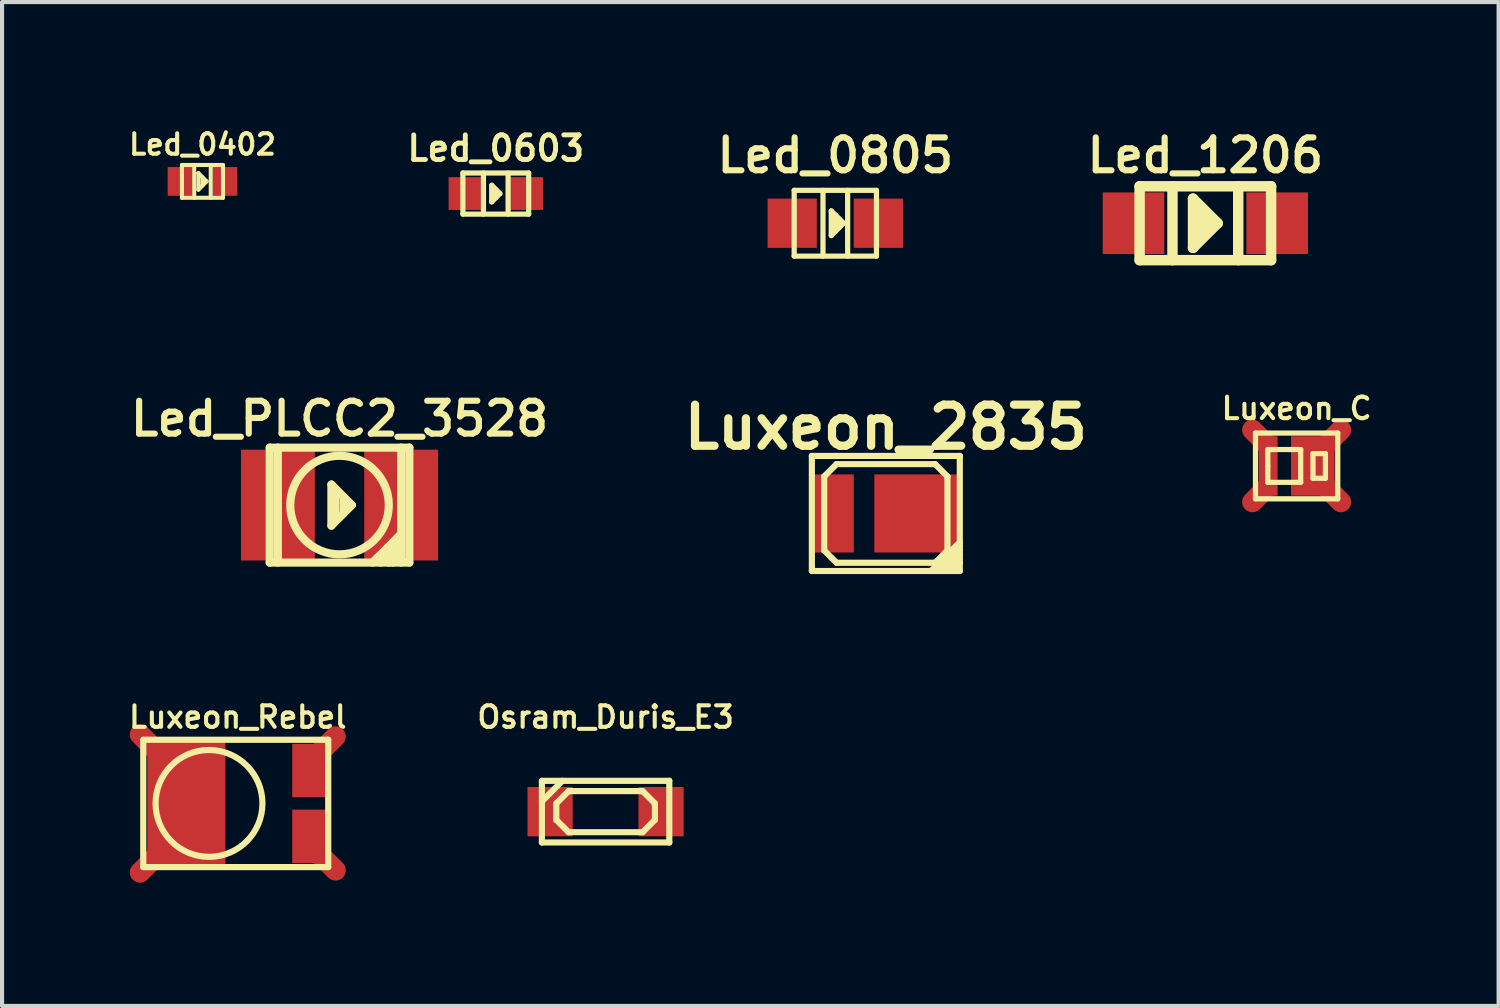
<source format=kicad_pcb>
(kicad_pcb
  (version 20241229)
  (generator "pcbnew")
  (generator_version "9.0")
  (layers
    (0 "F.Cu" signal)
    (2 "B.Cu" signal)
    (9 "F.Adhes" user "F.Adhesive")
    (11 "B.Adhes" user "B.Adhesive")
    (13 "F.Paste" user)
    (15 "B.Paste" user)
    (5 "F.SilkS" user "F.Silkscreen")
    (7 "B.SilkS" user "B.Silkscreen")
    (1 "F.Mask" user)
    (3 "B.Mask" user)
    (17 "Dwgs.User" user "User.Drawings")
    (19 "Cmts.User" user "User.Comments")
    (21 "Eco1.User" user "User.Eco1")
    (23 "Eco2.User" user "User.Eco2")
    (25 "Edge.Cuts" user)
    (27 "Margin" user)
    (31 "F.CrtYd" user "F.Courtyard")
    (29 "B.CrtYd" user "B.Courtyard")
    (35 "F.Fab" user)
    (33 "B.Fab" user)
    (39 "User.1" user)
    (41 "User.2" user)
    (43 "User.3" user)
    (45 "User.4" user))
  (footprint "Led_1206"
    (layer "F.Cu")
    (at 26.28 2.382)
    (property "Reference" "Led_1206" (at 0 -1.651 0) (layer "F.SilkS") (effects (font (size 0.8 0.8) (thickness 0.15))))
    (attr smd)
    (fp_line (start -1.6 -0.899) (end 1.6 -0.899) (stroke (width 0.254) (type solid)) (layer "F.SilkS"))
    (fp_line (start -1.6 0.899) (end -1.6 -0.899) (stroke (width 0.254) (type solid)) (layer "F.SilkS"))
    (fp_line (start -0.8 -0.899) (end -0.8 0.899) (stroke (width 0.254) (type solid)) (layer "F.SilkS"))
    (fp_line (start -0.3 -0.599) (end -0.3 0.599) (stroke (width 0.254) (type solid)) (layer "F.SilkS"))
    (fp_line (start -0.3 0.599) (end 0.3 0) (stroke (width 0.254) (type solid)) (layer "F.SilkS"))
    (fp_line (start -0.099 0.3) (end -0.099 -0.3) (stroke (width 0.254) (type solid)) (layer "F.SilkS"))
    (fp_line (start 0 -0.201) (end 0 0.099) (stroke (width 0.254) (type solid)) (layer "F.SilkS"))
    (fp_line (start 0.3 0) (end -0.3 -0.599) (stroke (width 0.254) (type solid)) (layer "F.SilkS"))
    (fp_line (start 0.8 0.899) (end 0.8 -0.899) (stroke (width 0.254) (type solid)) (layer "F.SilkS"))
    (fp_line (start 1.6 -0.899) (end 1.6 0.899) (stroke (width 0.254) (type solid)) (layer "F.SilkS"))
    (fp_line (start 1.6 0.899) (end -1.6 0.899) (stroke (width 0.254) (type solid)) (layer "F.SilkS"))
    (pad "1" smd rect (at -1.748 0) (size 1.499 1.499) (layers "F.Cu" "F.Mask" "F.Paste"))
    (pad "2" smd rect (at 1.748 0) (size 1.499 1.499) (layers "F.Cu" "F.Mask" "F.Paste")))
  (footprint "Led_0603"
    (layer "F.Cu")
    (at 9.014 1.66)
    (property "Reference" "Led_0603" (at 0 -1.1 0) (layer "F.SilkS") (effects (font (size 0.599 0.599) (thickness 0.119))))
    (attr smd)
    (fp_line (start -0.8 -0.5) (end 0.8 -0.5) (stroke (width 0.127) (type solid)) (layer "F.SilkS"))
    (fp_line (start -0.8 0.5) (end -0.8 -0.5) (stroke (width 0.127) (type solid)) (layer "F.SilkS"))
    (fp_line (start -0.3 -0.5) (end -0.3 0.5) (stroke (width 0.127) (type solid)) (layer "F.SilkS"))
    (fp_line (start -0.099 -0.201) (end -0.099 0.201) (stroke (width 0.127) (type solid)) (layer "F.SilkS"))
    (fp_line (start -0.099 0.201) (end 0.099 0) (stroke (width 0.127) (type solid)) (layer "F.SilkS"))
    (fp_line (start 0 0.099) (end 0 -0.099) (stroke (width 0.127) (type solid)) (layer "F.SilkS"))
    (fp_line (start 0.099 0) (end -0.099 -0.201) (stroke (width 0.127) (type solid)) (layer "F.SilkS"))
    (fp_line (start 0.3 0.5) (end 0.3 -0.5) (stroke (width 0.127) (type solid)) (layer "F.SilkS"))
    (fp_line (start 0.8 -0.5) (end 0.8 0.5) (stroke (width 0.127) (type solid)) (layer "F.SilkS"))
    (fp_line (start 0.8 0.5) (end -0.8 0.5) (stroke (width 0.127) (type solid)) (layer "F.SilkS"))
    (pad "1" smd rect (at -0.749 0) (size 0.798 0.798) (layers "F.Cu" "F.Mask" "F.Paste"))
    (pad "2" smd rect (at 0.749 0) (size 0.798 0.798) (layers "F.Cu" "F.Mask" "F.Paste")))
  (footprint "Luxeon_C"
    (layer "F.Cu")
    (at 28.501 8.288)
    (property "Reference" "Luxeon_C" (at 0 -1.4 0) (layer "F.SilkS") (effects (font (size 0.523 0.523) (thickness 0.099))))
    (attr smd)
    (fp_line (start -1.001 -0.8) (end 1.001 -0.8) (stroke (width 0.127) (type solid)) (layer "F.SilkS"))
    (fp_line (start -1.001 0.8) (end -1.001 -0.8) (stroke (width 0.127) (type solid)) (layer "F.SilkS"))
    (fp_line (start -0.701 -0.399) (end 0.099 -0.399) (stroke (width 0.127) (type solid)) (layer "F.SilkS"))
    (fp_line (start -0.701 0) (end -0.701 -0.399) (stroke (width 0.127) (type solid)) (layer "F.SilkS"))
    (fp_line (start -0.701 0.399) (end -0.701 0) (stroke (width 0.127) (type solid)) (layer "F.SilkS"))
    (fp_line (start 0.099 -0.399) (end 0.099 0.399) (stroke (width 0.127) (type solid)) (layer "F.SilkS"))
    (fp_line (start 0.099 0.399) (end -0.701 0.399) (stroke (width 0.127) (type solid)) (layer "F.SilkS"))
    (fp_line (start 0.399 -0.3) (end 0.701 -0.3) (stroke (width 0.127) (type solid)) (layer "F.SilkS"))
    (fp_line (start 0.399 0.3) (end 0.399 -0.3) (stroke (width 0.127) (type solid)) (layer "F.SilkS"))
    (fp_line (start 0.701 -0.3) (end 0.701 0.3) (stroke (width 0.127) (type solid)) (layer "F.SilkS"))
    (fp_line (start 0.701 0.3) (end 0.399 0.3) (stroke (width 0.127) (type solid)) (layer "F.SilkS"))
    (fp_line (start 1.001 -0.8) (end 1.001 0.8) (stroke (width 0.127) (type solid)) (layer "F.SilkS"))
    (fp_line (start 1.001 0.8) (end -1.001 0.8) (stroke (width 0.127) (type solid)) (layer "F.SilkS"))
    (pad "1" smd rect (at 0.394 0) (size 1.059 1.448) (layers "F.Cu" "F.Mask" "F.Paste"))
    (pad "1" smd oval (at 0.899 -0.699 315) (size 0.5 1.001) (layers "F.Cu" "F.Mask"))
    (pad "1" smd oval (at 0.899 0.699 45) (size 0.5 1.001) (layers "F.Cu" "F.Mask"))
    (pad "2" smd oval (at -0.899 -0.699 45) (size 0.5 1.001) (layers "F.Cu" "F.Mask"))
    (pad "2" smd oval (at -0.899 0.699 315) (size 0.5 1.001) (layers "F.Cu" "F.Mask"))
    (pad "2" smd rect (at -0.693 0) (size 0.457 1.448) (layers "F.Cu" "F.Mask" "F.Paste")))
  (footprint "Led_0402"
    (layer "F.Cu")
    (at 1.877 1.364)
    (property "Reference" "Led_0402" (at 0 -0.899 0) (layer "F.SilkS") (effects (font (size 0.498 0.498) (thickness 0.099))))
    (attr smd)
    (fp_line (start -0.5 -0.399) (end 0.5 -0.399) (stroke (width 0.099) (type solid)) (layer "F.SilkS"))
    (fp_line (start -0.5 0.399) (end -0.5 -0.399) (stroke (width 0.099) (type solid)) (layer "F.SilkS"))
    (fp_line (start -0.201 0.399) (end -0.201 -0.399) (stroke (width 0.099) (type solid)) (layer "F.SilkS"))
    (fp_line (start -0.099 -0.201) (end -0.099 0.201) (stroke (width 0.099) (type solid)) (layer "F.SilkS"))
    (fp_line (start -0.099 0.201) (end 0.099 0) (stroke (width 0.099) (type solid)) (layer "F.SilkS"))
    (fp_line (start 0 0.099) (end 0 -0.099) (stroke (width 0.099) (type solid)) (layer "F.SilkS"))
    (fp_line (start 0.099 0) (end -0.099 -0.201) (stroke (width 0.099) (type solid)) (layer "F.SilkS"))
    (fp_line (start 0.201 -0.399) (end 0.201 0.399) (stroke (width 0.099) (type solid)) (layer "F.SilkS"))
    (fp_line (start 0.5 -0.399) (end 0.5 0.399) (stroke (width 0.099) (type solid)) (layer "F.SilkS"))
    (fp_line (start 0.5 0.399) (end -0.5 0.399) (stroke (width 0.099) (type solid)) (layer "F.SilkS"))
    (pad "1" smd rect (at -0.549 0) (size 0.597 0.699) (layers "F.Cu" "F.Mask" "F.Paste"))
    (pad "2" smd rect (at 0.549 0) (size 0.597 0.699) (layers "F.Cu" "F.Mask" "F.Paste")))
  (footprint "Led_0805"
    (layer "F.Cu")
    (at 17.276 2.382)
    (property "Reference" "Led_0805" (at 0 -1.651 0) (layer "F.SilkS") (effects (font (size 0.8 0.8) (thickness 0.15))))
    (attr smd)
    (fp_line (start -1.001 -0.8) (end 1.001 -0.8) (stroke (width 0.127) (type solid)) (layer "F.SilkS"))
    (fp_line (start -1.001 0.8) (end -1.001 -0.8) (stroke (width 0.127) (type solid)) (layer "F.SilkS"))
    (fp_line (start -0.3 -0.8) (end -0.3 0.8) (stroke (width 0.127) (type solid)) (layer "F.SilkS"))
    (fp_line (start -0.099 -0.3) (end -0.099 0.3) (stroke (width 0.127) (type solid)) (layer "F.SilkS"))
    (fp_line (start -0.099 0.3) (end 0.201 0) (stroke (width 0.127) (type solid)) (layer "F.SilkS"))
    (fp_line (start 0 -0.201) (end 0 0.201) (stroke (width 0.127) (type solid)) (layer "F.SilkS"))
    (fp_line (start 0.099 0.099) (end 0.099 -0.099) (stroke (width 0.127) (type solid)) (layer "F.SilkS"))
    (fp_line (start 0.201 0) (end -0.099 -0.3) (stroke (width 0.127) (type solid)) (layer "F.SilkS"))
    (fp_line (start 0.3 0.8) (end 0.3 -0.8) (stroke (width 0.127) (type solid)) (layer "F.SilkS"))
    (fp_line (start 1.001 -0.8) (end 1.001 0.8) (stroke (width 0.127) (type solid)) (layer "F.SilkS"))
    (fp_line (start 1.001 0.8) (end -1.001 0.8) (stroke (width 0.127) (type solid)) (layer "F.SilkS"))
    (pad "1" smd rect (at -1.049 0) (size 1.199 1.199) (layers "F.Cu" "F.Mask" "F.Paste"))
    (pad "2" smd rect (at 1.049 0) (size 1.199 1.199) (layers "F.Cu" "F.Mask" "F.Paste")))
  (footprint "Luxeon_Rebel"
    (layer "F.Cu")
    (at 2.036 16.5)
    (property "Reference" "Luxeon_Rebel" (at 0.701 -2.101 0) (layer "F.SilkS") (effects (font (size 0.523 0.523) (thickness 0.099))))
    (attr smd)
    (fp_line (start -1.6 -1.549) (end -1.6 1.549) (stroke (width 0.15) (type solid)) (layer "F.SilkS"))
    (fp_line (start -1.6 1.549) (end 2.901 1.549) (stroke (width 0.15) (type solid)) (layer "F.SilkS"))
    (fp_line (start 2.901 -1.549) (end -1.6 -1.549) (stroke (width 0.15) (type solid)) (layer "F.SilkS"))
    (fp_line (start 2.901 1.549) (end 2.901 -1.549) (stroke (width 0.15) (type solid)) (layer "F.SilkS"))
    (fp_circle (center 0 0) (end 0 -1.3) (stroke (width 0.15) (type solid)) (fill no) (layer "F.SilkS"))
    (pad "1" smd rect (at 2.474 -0.8) (size 0.899 1.3) (layers "F.Cu" "F.Mask" "F.Paste"))
    (pad "1" smd oval (at 2.901 -1.45 315) (size 0.5 1.001) (layers "F.Cu" "F.Mask"))
    (pad "2" smd rect (at 2.474 0.8) (size 0.899 1.3) (layers "F.Cu" "F.Mask" "F.Paste"))
    (pad "2" smd oval (at 2.901 1.45 45) (size 0.5 1.001) (layers "F.Cu" "F.Mask"))
    (pad "3" smd oval (at -1.501 -1.501 45) (size 0.5 1.001) (layers "F.Cu" "F.Mask"))
    (pad "3" smd oval (at -1.501 1.501 315) (size 0.5 1.001) (layers "F.Cu" "F.Mask"))
    (pad "3" smd rect (at -0.551 0) (size 1.9 3) (layers "F.Cu" "F.Mask" "F.Paste")))
  (footprint "Osram_Duris_E3"
    (layer "F.Cu")
    (at 11.686 16.7)
    (property "Reference" "Osram_Duris_E3" (at 0 -2.301 0) (layer "F.SilkS") (effects (font (size 0.523 0.523) (thickness 0.099))))
    (attr smd)
    (fp_line (start -1.55 -0.75) (end -1.55 0.75) (stroke (width 0.15) (type solid)) (layer "F.SilkS"))
    (fp_line (start -1.55 -0.25) (end -1.05 -0.75) (stroke (width 0.15) (type solid)) (layer "F.SilkS"))
    (fp_line (start -1.55 0.75) (end 1.55 0.75) (stroke (width 0.15) (type solid)) (layer "F.SilkS"))
    (fp_line (start -1.2 -0.2) (end -0.9 -0.5) (stroke (width 0.15) (type solid)) (layer "F.SilkS"))
    (fp_line (start -1.2 0.2) (end -1.2 -0.2) (stroke (width 0.15) (type solid)) (layer "F.SilkS"))
    (fp_line (start -0.9 -0.5) (end 0.9 -0.5) (stroke (width 0.15) (type solid)) (layer "F.SilkS"))
    (fp_line (start -0.9 0.5) (end -1.2 0.2) (stroke (width 0.15) (type solid)) (layer "F.SilkS"))
    (fp_line (start 0.9 -0.5) (end 1.2 -0.2) (stroke (width 0.15) (type solid)) (layer "F.SilkS"))
    (fp_line (start 0.9 0.5) (end -0.9 0.5) (stroke (width 0.15) (type solid)) (layer "F.SilkS"))
    (fp_line (start 1.2 -0.2) (end 1.2 0.2) (stroke (width 0.15) (type solid)) (layer "F.SilkS"))
    (fp_line (start 1.2 0.2) (end 0.9 0.5) (stroke (width 0.15) (type solid)) (layer "F.SilkS"))
    (fp_line (start 1.55 -0.75) (end -1.55 -0.75) (stroke (width 0.15) (type solid)) (layer "F.SilkS"))
    (fp_line (start 1.55 0.75) (end 1.55 -0.75) (stroke (width 0.15) (type solid)) (layer "F.SilkS"))
    (pad "1" smd rect (at 1.35 0) (size 1.1 1.2) (layers "F.Cu" "F.Mask" "F.Paste"))
    (pad "2" smd rect (at -1.35 0) (size 1.1 1.2) (layers "F.Cu" "F.Mask" "F.Paste")))
  (footprint "Luxeon_2835"
    (layer "F.Cu")
    (at 18.505 9.444)
    (property "Reference" "Luxeon_2835" (at 0 -2.1 0) (layer "F.SilkS") (effects (font (size 1 1) (thickness 0.2))))
    (attr smd)
    (fp_line (start -1.8 -1.4) (end 1.8 -1.4) (stroke (width 0.15) (type solid)) (layer "F.SilkS"))
    (fp_line (start -1.8 1.4) (end -1.8 -1.4) (stroke (width 0.15) (type solid)) (layer "F.SilkS"))
    (fp_line (start -1.5 -0.9) (end -1.2 -1.2) (stroke (width 0.15) (type solid)) (layer "F.SilkS"))
    (fp_line (start -1.5 0.9) (end -1.5 -0.9) (stroke (width 0.15) (type solid)) (layer "F.SilkS"))
    (fp_line (start -1.2 -1.2) (end 1.2 -1.2) (stroke (width 0.15) (type solid)) (layer "F.SilkS"))
    (fp_line (start -1.2 1.2) (end -1.5 0.9) (stroke (width 0.15) (type solid)) (layer "F.SilkS"))
    (fp_line (start 1.1 1.4) (end 1.8 0.7) (stroke (width 0.15) (type solid)) (layer "F.SilkS"))
    (fp_line (start 1.2 -1.2) (end 1.5 -0.9) (stroke (width 0.15) (type solid)) (layer "F.SilkS"))
    (fp_line (start 1.2 1.2) (end -1.2 1.2) (stroke (width 0.15) (type solid)) (layer "F.SilkS"))
    (fp_line (start 1.2 1.4) (end 1.8 0.8) (stroke (width 0.15) (type solid)) (layer "F.SilkS"))
    (fp_line (start 1.3 1.4) (end 1.8 0.9) (stroke (width 0.15) (type solid)) (layer "F.SilkS"))
    (fp_line (start 1.4 1.4) (end 1.8 1) (stroke (width 0.15) (type solid)) (layer "F.SilkS"))
    (fp_line (start 1.5 -0.9) (end 1.5 0.9) (stroke (width 0.15) (type solid)) (layer "F.SilkS"))
    (fp_line (start 1.5 0.9) (end 1.2 1.2) (stroke (width 0.15) (type solid)) (layer "F.SilkS"))
    (fp_line (start 1.5 1.4) (end 1.8 1.1) (stroke (width 0.15) (type solid)) (layer "F.SilkS"))
    (fp_line (start 1.8 -1.4) (end 1.8 1.4) (stroke (width 0.15) (type solid)) (layer "F.SilkS"))
    (fp_line (start 1.8 1.2) (end 1.6 1.4) (stroke (width 0.15) (type solid)) (layer "F.SilkS"))
    (fp_line (start 1.8 1.4) (end -1.8 1.4) (stroke (width 0.15) (type solid)) (layer "F.SilkS"))
    (pad "1" smd rect (at -1.265 0) (size 0.97 1.9) (layers "F.Cu" "F.Mask" "F.Paste"))
    (pad "2" smd rect (at 0.735 0) (size 2.03 1.9) (layers "F.Cu" "F.Mask" "F.Paste")))
  (footprint "Led_PLCC2_3528"
    (layer "F.Cu")
    (at 5.212 9.24)
    (property "Reference" "Led_PLCC2_3528" (at 0 -2.101 0) (layer "F.SilkS") (effects (font (size 0.8 0.8) (thickness 0.15))))
    (attr smd)
    (fp_line (start -1.699 -1.4) (end -1.699 1.4) (stroke (width 0.198) (type solid)) (layer "F.SilkS"))
    (fp_line (start -1.699 1.4) (end 1.699 1.4) (stroke (width 0.198) (type solid)) (layer "F.SilkS"))
    (fp_line (start -1.501 -1.4) (end -1.501 1.4) (stroke (width 0.198) (type solid)) (layer "F.SilkS"))
    (fp_line (start -0.198 -0.5) (end -0.198 0.5) (stroke (width 0.198) (type solid)) (layer "F.SilkS"))
    (fp_line (start -0.198 0.5) (end 0.3 0) (stroke (width 0.198) (type solid)) (layer "F.SilkS"))
    (fp_line (start -0.099 0.3) (end -0.099 -0.3) (stroke (width 0.198) (type solid)) (layer "F.SilkS"))
    (fp_line (start 0.099 0.201) (end 0.099 -0.201) (stroke (width 0.198) (type solid)) (layer "F.SilkS"))
    (fp_line (start 0.3 0) (end -0.198 -0.5) (stroke (width 0.198) (type solid)) (layer "F.SilkS"))
    (fp_line (start 0.8 1.4) (end 1.499 0.701) (stroke (width 0.198) (type solid)) (layer "F.SilkS"))
    (fp_line (start 0.998 1.4) (end 1.499 0.899) (stroke (width 0.198) (type solid)) (layer "F.SilkS"))
    (fp_line (start 1.199 1.4) (end 1.499 1.1) (stroke (width 0.198) (type solid)) (layer "F.SilkS"))
    (fp_line (start 1.499 1.199) (end 1.3 1.4) (stroke (width 0.198) (type solid)) (layer "F.SilkS"))
    (fp_line (start 1.501 1.4) (end 1.501 -1.4) (stroke (width 0.198) (type solid)) (layer "F.SilkS"))
    (fp_line (start 1.699 -1.397) (end -1.699 -1.397) (stroke (width 0.198) (type solid)) (layer "F.SilkS"))
    (fp_line (start 1.699 1.4) (end 1.699 -1.4) (stroke (width 0.198) (type solid)) (layer "F.SilkS"))
    (fp_circle (center 0 0) (end -1.199 0) (stroke (width 0.198) (type solid)) (fill no) (layer "F.SilkS"))
    (pad "1" smd rect (at -1.499 0) (size 1.796 2.697) (layers "F.Cu" "F.Mask" "F.Paste"))
    (pad "2" smd rect (at 1.499 0) (size 1.796 2.697) (layers "F.Cu" "F.Mask" "F.Paste")))
  (gr_rect
    (start -3 -3)
    (end 33.416 21.428)
    (stroke (width 0.1) (type default))
    (fill no)
    (layer "Edge.Cuts")))
</source>
